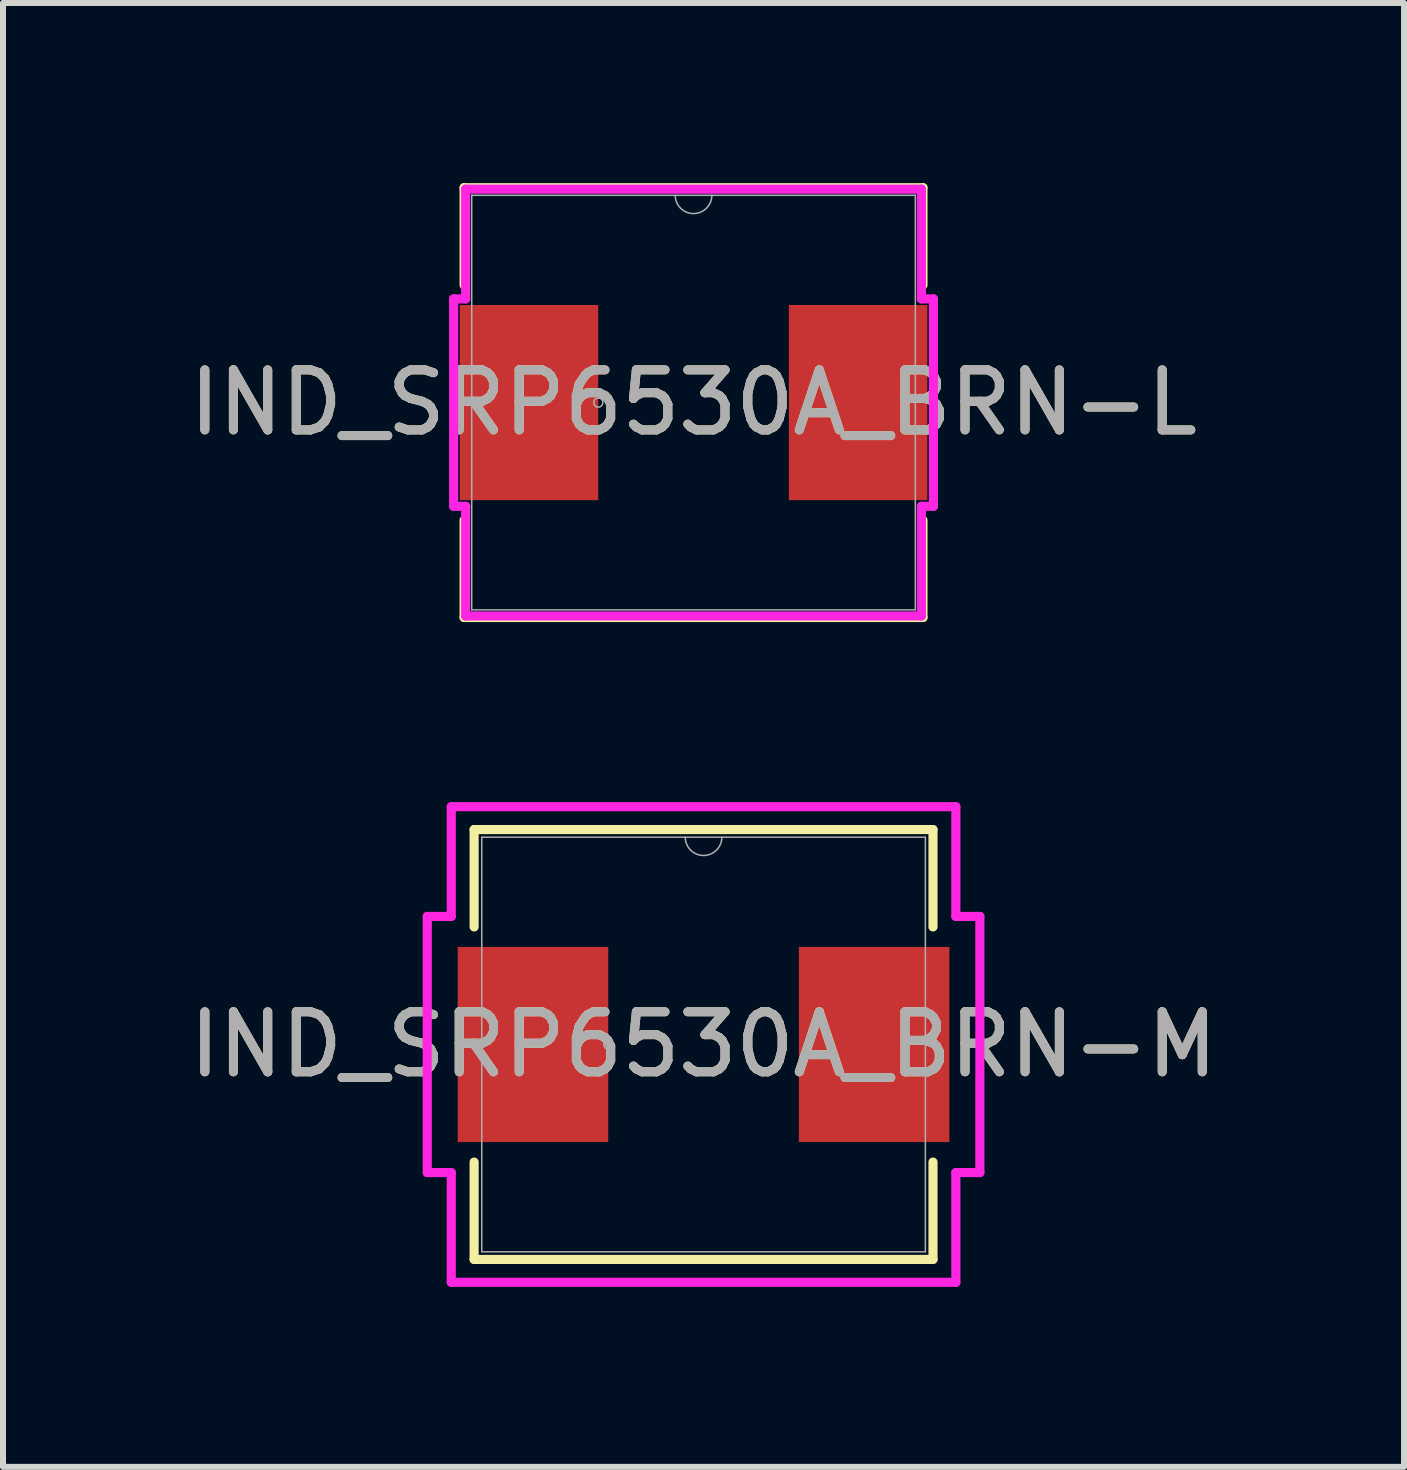
<source format=kicad_pcb>
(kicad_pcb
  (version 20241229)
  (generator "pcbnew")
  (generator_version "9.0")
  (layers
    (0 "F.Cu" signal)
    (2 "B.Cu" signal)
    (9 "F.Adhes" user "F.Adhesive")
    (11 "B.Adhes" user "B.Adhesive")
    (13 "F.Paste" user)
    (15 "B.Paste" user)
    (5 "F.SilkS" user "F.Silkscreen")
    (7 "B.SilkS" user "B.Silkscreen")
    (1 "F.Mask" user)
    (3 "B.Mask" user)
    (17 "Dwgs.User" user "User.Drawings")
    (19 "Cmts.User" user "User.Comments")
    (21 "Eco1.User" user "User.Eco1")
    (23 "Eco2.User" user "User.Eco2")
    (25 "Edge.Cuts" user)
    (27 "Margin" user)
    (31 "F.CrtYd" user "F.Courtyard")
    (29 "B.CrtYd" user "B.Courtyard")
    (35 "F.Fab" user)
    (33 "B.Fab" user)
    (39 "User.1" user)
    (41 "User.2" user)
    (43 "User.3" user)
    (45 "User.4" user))
  (footprint "IND_SRP6530A_BRN-M"
    (layer "F.Cu")
    (at 8.673 14.354)
    (property "Reference" "IND_SRP6530A_BRN-M" (at 0 0 0) (unlocked yes) (layer "F.SilkS") (effects (font (size 1 1) (thickness 0.15))))
    (attr smd)
    (fp_line (start -3.823 -3.581) (end -3.823 -1.959) (stroke (width 0.152) (type solid)) (layer "F.SilkS"))
    (fp_line (start -3.823 1.959) (end -3.823 3.581) (stroke (width 0.152) (type solid)) (layer "F.SilkS"))
    (fp_line (start -3.823 3.581) (end 3.823 3.581) (stroke (width 0.152) (type solid)) (layer "F.SilkS"))
    (fp_line (start 3.823 -3.581) (end -3.823 -3.581) (stroke (width 0.152) (type solid)) (layer "F.SilkS"))
    (fp_line (start 3.823 -1.959) (end 3.823 -3.581) (stroke (width 0.152) (type solid)) (layer "F.SilkS"))
    (fp_line (start 3.823 3.581) (end 3.823 1.959) (stroke (width 0.152) (type solid)) (layer "F.SilkS"))
    (fp_line (start -4.604 -2.134) (end -4.204 -2.134) (stroke (width 0.152) (type solid)) (layer "F.CrtYd"))
    (fp_line (start -4.604 2.134) (end -4.604 -2.134) (stroke (width 0.152) (type solid)) (layer "F.CrtYd"))
    (fp_line (start -4.604 2.134) (end -4.204 2.134) (stroke (width 0.152) (type solid)) (layer "F.CrtYd"))
    (fp_line (start -4.204 -3.962) (end 4.204 -3.962) (stroke (width 0.152) (type solid)) (layer "F.CrtYd"))
    (fp_line (start -4.204 -2.134) (end -4.204 -3.962) (stroke (width 0.152) (type solid)) (layer "F.CrtYd"))
    (fp_line (start -4.204 3.962) (end -4.204 2.134) (stroke (width 0.152) (type solid)) (layer "F.CrtYd"))
    (fp_line (start 4.204 -3.962) (end 4.204 -2.134) (stroke (width 0.152) (type solid)) (layer "F.CrtYd"))
    (fp_line (start 4.204 2.134) (end 4.204 3.962) (stroke (width 0.152) (type solid)) (layer "F.CrtYd"))
    (fp_line (start 4.204 3.962) (end -4.204 3.962) (stroke (width 0.152) (type solid)) (layer "F.CrtYd"))
    (fp_line (start 4.604 -2.134) (end 4.204 -2.134) (stroke (width 0.152) (type solid)) (layer "F.CrtYd"))
    (fp_line (start 4.604 -2.134) (end 4.604 2.134) (stroke (width 0.152) (type solid)) (layer "F.CrtYd"))
    (fp_line (start 4.604 2.134) (end 4.204 2.134) (stroke (width 0.152) (type solid)) (layer "F.CrtYd"))
    (fp_line (start -3.696 -3.454) (end -3.696 3.454) (stroke (width 0.025) (type solid)) (layer "F.Fab"))
    (fp_line (start -3.696 3.454) (end 3.696 3.454) (stroke (width 0.025) (type solid)) (layer "F.Fab"))
    (fp_line (start 3.696 -3.454) (end -3.696 -3.454) (stroke (width 0.025) (type solid)) (layer "F.Fab"))
    (fp_line (start 3.696 3.454) (end 3.696 -3.454) (stroke (width 0.025) (type solid)) (layer "F.Fab"))
    (fp_arc (start 0.3048 -3.4544) (mid 0 -3.1496) (end -0.3048 -3.4544) (stroke (width 0.0254) (type solid)) (layer "F.Fab"))
    (fp_circle (center -1.587 0) (end -1.511 0) (stroke (width 0.025) (type solid)) (fill no) (layer "F.Fab"))
    (fp_text user "${REFERENCE}" (at 0 0 0) (unlocked yes) (layer "F.Fab") (effects (font (size 1 1) (thickness 0.15))))
    (pad "1" smd rect (at -2.842 0) (size 2.508 3.252) (layers "F.Cu" "F.Mask" "F.Paste"))
    (pad "2" smd rect (at 2.842 0) (size 2.508 3.252) (layers "F.Cu" "F.Mask" "F.Paste")))
  (footprint "IND_SRP6530A_BRN-L"
    (layer "F.Cu")
    (at 8.506 3.658)
    (property "Reference" "IND_SRP6530A_BRN-L" (at 0 0 0) (unlocked yes) (layer "F.SilkS") (effects (font (size 1 1) (thickness 0.15))))
    (attr smd)
    (fp_line (start -3.823 -3.581) (end -3.823 -1.959) (stroke (width 0.152) (type solid)) (layer "F.SilkS"))
    (fp_line (start -3.823 1.959) (end -3.823 3.581) (stroke (width 0.152) (type solid)) (layer "F.SilkS"))
    (fp_line (start -3.823 3.581) (end 3.823 3.581) (stroke (width 0.152) (type solid)) (layer "F.SilkS"))
    (fp_line (start 3.823 -3.581) (end -3.823 -3.581) (stroke (width 0.152) (type solid)) (layer "F.SilkS"))
    (fp_line (start 3.823 -1.959) (end 3.823 -3.581) (stroke (width 0.152) (type solid)) (layer "F.SilkS"))
    (fp_line (start 3.823 3.581) (end 3.823 1.959) (stroke (width 0.152) (type solid)) (layer "F.SilkS"))
    (fp_line (start -3.997 -1.728) (end -3.797 -1.728) (stroke (width 0.152) (type solid)) (layer "F.CrtYd"))
    (fp_line (start -3.997 1.728) (end -3.997 -1.728) (stroke (width 0.152) (type solid)) (layer "F.CrtYd"))
    (fp_line (start -3.997 1.728) (end -3.797 1.728) (stroke (width 0.152) (type solid)) (layer "F.CrtYd"))
    (fp_line (start -3.797 -3.556) (end 3.797 -3.556) (stroke (width 0.152) (type solid)) (layer "F.CrtYd"))
    (fp_line (start -3.797 -1.728) (end -3.797 -3.556) (stroke (width 0.152) (type solid)) (layer "F.CrtYd"))
    (fp_line (start -3.797 3.556) (end -3.797 1.728) (stroke (width 0.152) (type solid)) (layer "F.CrtYd"))
    (fp_line (start 3.797 -3.556) (end 3.797 -1.728) (stroke (width 0.152) (type solid)) (layer "F.CrtYd"))
    (fp_line (start 3.797 1.728) (end 3.797 3.556) (stroke (width 0.152) (type solid)) (layer "F.CrtYd"))
    (fp_line (start 3.797 3.556) (end -3.797 3.556) (stroke (width 0.152) (type solid)) (layer "F.CrtYd"))
    (fp_line (start 3.997 -1.728) (end 3.797 -1.728) (stroke (width 0.152) (type solid)) (layer "F.CrtYd"))
    (fp_line (start 3.997 -1.728) (end 3.997 1.728) (stroke (width 0.152) (type solid)) (layer "F.CrtYd"))
    (fp_line (start 3.997 1.728) (end 3.797 1.728) (stroke (width 0.152) (type solid)) (layer "F.CrtYd"))
    (fp_line (start -3.696 -3.454) (end -3.696 3.454) (stroke (width 0.025) (type solid)) (layer "F.Fab"))
    (fp_line (start -3.696 3.454) (end 3.696 3.454) (stroke (width 0.025) (type solid)) (layer "F.Fab"))
    (fp_line (start 3.696 -3.454) (end -3.696 -3.454) (stroke (width 0.025) (type solid)) (layer "F.Fab"))
    (fp_line (start 3.696 3.454) (end 3.696 -3.454) (stroke (width 0.025) (type solid)) (layer "F.Fab"))
    (fp_arc (start 0.3048 -3.4544) (mid 0 -3.1496) (end -0.3048 -3.4544) (stroke (width 0.0254) (type solid)) (layer "F.Fab"))
    (fp_circle (center -1.587 0) (end -1.511 0) (stroke (width 0.025) (type solid)) (fill no) (layer "F.Fab"))
    (fp_text user "${REFERENCE}" (at 0 0 0) (unlocked yes) (layer "F.Fab") (effects (font (size 1 1) (thickness 0.15))))
    (pad "1" smd rect (at -2.742 0) (size 2.308 3.252) (layers "F.Cu" "F.Mask" "F.Paste"))
    (pad "2" smd rect (at 2.742 0) (size 2.308 3.252) (layers "F.Cu" "F.Mask" "F.Paste")))
  (gr_rect
    (start -3 -3)
    (end 20.345 21.392)
    (stroke (width 0.1) (type default))
    (fill no)
    (layer "Edge.Cuts")))
</source>
